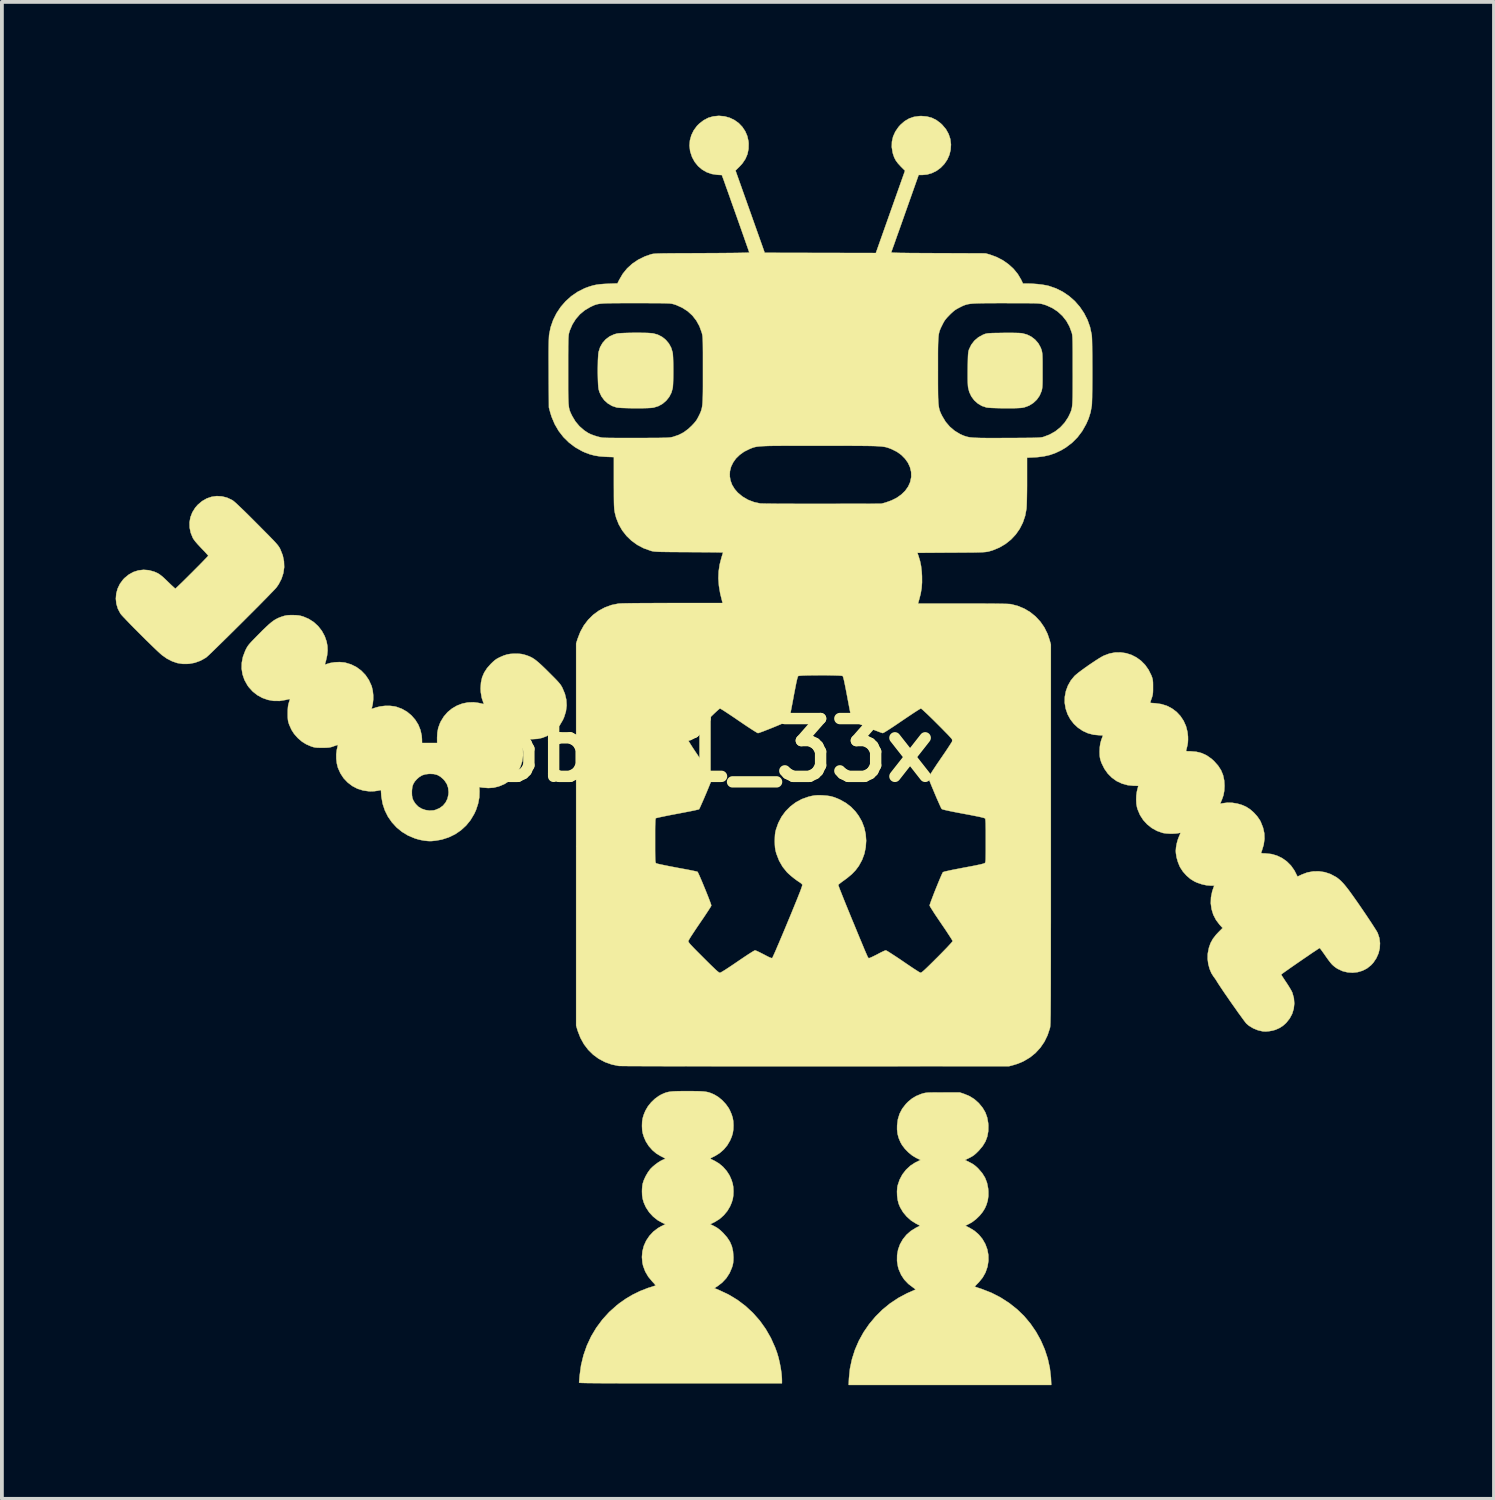
<source format=kicad_pcb>
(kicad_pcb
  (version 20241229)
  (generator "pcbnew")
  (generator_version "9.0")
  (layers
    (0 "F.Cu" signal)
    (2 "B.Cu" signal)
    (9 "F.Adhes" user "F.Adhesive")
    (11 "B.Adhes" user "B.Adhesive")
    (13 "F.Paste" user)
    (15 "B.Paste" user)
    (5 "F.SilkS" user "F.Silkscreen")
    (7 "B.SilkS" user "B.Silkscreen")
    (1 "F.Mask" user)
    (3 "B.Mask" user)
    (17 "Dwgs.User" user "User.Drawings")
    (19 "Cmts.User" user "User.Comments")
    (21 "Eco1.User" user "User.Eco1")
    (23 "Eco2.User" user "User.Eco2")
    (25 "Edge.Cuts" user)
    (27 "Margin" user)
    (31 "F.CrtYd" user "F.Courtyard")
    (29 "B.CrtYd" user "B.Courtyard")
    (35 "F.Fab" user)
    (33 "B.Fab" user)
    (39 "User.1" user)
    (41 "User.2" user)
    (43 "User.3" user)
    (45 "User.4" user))
  (footprint "robot1_33x33"
    (layer "F.Cu")
    (at 16.665 16.732)
    (property "Reference" "robot1_33x33" (at 0 0 0) (layer "F.SilkS") (effects (font (size 1.524 1.524) (thickness 0.3))))
    (attr through_hole)
    (fp_poly (pts (xy -2.821 -11.006) (xy -2.718 -11.005) (xy -2.627 -11.002) (xy -2.553 -10.997) (xy -2.5 -10.992) (xy -2.498 -10.992) (xy -2.373 -10.958) (xy -2.259 -10.9) (xy -2.16 -10.821) (xy -2.078 -10.724) (xy -2.017 -10.612) (xy -1.98 -10.488) (xy -1.976 -10.47) (xy -1.972 -10.424) (xy -1.968 -10.355) (xy -1.965 -10.269) (xy -1.963 -10.169) (xy -1.962 -10.062) (xy -1.962 -9.953) (xy -1.963 -9.846) (xy -1.965 -9.747) (xy -1.968 -9.662) (xy -1.972 -9.595) (xy -1.977 -9.553) (xy -2.01 -9.431) (xy -2.068 -9.318) (xy -2.146 -9.22) (xy -2.242 -9.137) (xy -2.352 -9.075) (xy -2.473 -9.037) (xy -2.498 -9.032) (xy -2.546 -9.027) (xy -2.617 -9.023) (xy -2.705 -9.02) (xy -2.806 -9.018) (xy -2.914 -9.018) (xy -3.024 -9.018) (xy -3.132 -9.02) (xy -3.233 -9.023) (xy -3.322 -9.026) (xy -3.393 -9.031) (xy -3.443 -9.036) (xy -3.454 -9.038) (xy -3.576 -9.079) (xy -3.685 -9.143) (xy -3.779 -9.227) (xy -3.855 -9.329) (xy -3.909 -9.446) (xy -3.93 -9.521) (xy -3.937 -9.571) (xy -3.943 -9.644) (xy -3.947 -9.735) (xy -3.95 -9.839) (xy -3.952 -9.95) (xy -3.952 -10.065) (xy -3.95 -10.177) (xy -3.948 -10.282) (xy -3.943 -10.374) (xy -3.938 -10.448) (xy -3.931 -10.5) (xy -3.93 -10.503) (xy -3.89 -10.628) (xy -3.826 -10.74) (xy -3.742 -10.835) (xy -3.64 -10.911) (xy -3.522 -10.965) (xy -3.447 -10.986) (xy -3.402 -10.992) (xy -3.334 -10.997) (xy -3.248 -11.001) (xy -3.149 -11.004) (xy -3.041 -11.006) (xy -2.93 -11.007) (xy -2.821 -11.006)) (stroke (width 0.01) (type solid)) (fill yes) (layer "F.SilkS"))
    (fp_poly (pts (xy 6.967 -11.005) (xy 7.066 -11.003) (xy 7.148 -11.001) (xy 7.207 -10.997) (xy 7.232 -10.995) (xy 7.361 -10.961) (xy 7.478 -10.904) (xy 7.579 -10.826) (xy 7.663 -10.73) (xy 7.725 -10.618) (xy 7.747 -10.558) (xy 7.755 -10.53) (xy 7.761 -10.502) (xy 7.766 -10.469) (xy 7.77 -10.429) (xy 7.772 -10.376) (xy 7.774 -10.309) (xy 7.775 -10.223) (xy 7.775 -10.116) (xy 7.775 -10.012) (xy 7.775 -9.884) (xy 7.775 -9.781) (xy 7.774 -9.7) (xy 7.772 -9.636) (xy 7.769 -9.586) (xy 7.765 -9.547) (xy 7.76 -9.516) (xy 7.754 -9.488) (xy 7.747 -9.466) (xy 7.697 -9.348) (xy 7.623 -9.243) (xy 7.53 -9.156) (xy 7.422 -9.088) (xy 7.301 -9.043) (xy 7.244 -9.031) (xy 7.198 -9.026) (xy 7.129 -9.022) (xy 7.042 -9.019) (xy 6.943 -9.018) (xy 6.836 -9.018) (xy 6.727 -9.018) (xy 6.62 -9.02) (xy 6.519 -9.023) (xy 6.431 -9.026) (xy 6.359 -9.031) (xy 6.309 -9.036) (xy 6.297 -9.038) (xy 6.177 -9.078) (xy 6.069 -9.142) (xy 5.975 -9.226) (xy 5.899 -9.328) (xy 5.844 -9.444) (xy 5.813 -9.565) (xy 5.808 -9.619) (xy 5.804 -9.7) (xy 5.802 -9.805) (xy 5.802 -9.934) (xy 5.803 -10.08) (xy 5.805 -10.2) (xy 5.807 -10.296) (xy 5.809 -10.372) (xy 5.812 -10.429) (xy 5.816 -10.474) (xy 5.821 -10.508) (xy 5.827 -10.536) (xy 5.835 -10.562) (xy 5.839 -10.573) (xy 5.898 -10.694) (xy 5.98 -10.8) (xy 6.082 -10.887) (xy 6.203 -10.954) (xy 6.23 -10.965) (xy 6.256 -10.975) (xy 6.281 -10.982) (xy 6.309 -10.988) (xy 6.344 -10.993) (xy 6.39 -10.996) (xy 6.45 -10.999) (xy 6.527 -11.001) (xy 6.626 -11.002) (xy 6.726 -11.004) (xy 6.852 -11.005) (xy 6.967 -11.005)) (stroke (width 0.01) (type solid)) (fill yes) (layer "F.SilkS"))
    (fp_poly (pts (xy -13.863 -6.693) (xy -13.728 -6.659) (xy -13.596 -6.597) (xy -13.584 -6.59) (xy -13.552 -6.566) (xy -13.502 -6.523) (xy -13.433 -6.459) (xy -13.345 -6.375) (xy -13.237 -6.271) (xy -13.111 -6.146) (xy -12.966 -6.001) (xy -12.942 -5.977) (xy -12.822 -5.856) (xy -12.72 -5.753) (xy -12.634 -5.667) (xy -12.564 -5.594) (xy -12.506 -5.535) (xy -12.46 -5.486) (xy -12.424 -5.445) (xy -12.396 -5.412) (xy -12.374 -5.383) (xy -12.357 -5.358) (xy -12.342 -5.334) (xy -12.329 -5.309) (xy -12.321 -5.292) (xy -12.26 -5.138) (xy -12.228 -4.982) (xy -12.222 -4.825) (xy -12.244 -4.67) (xy -12.293 -4.519) (xy -12.368 -4.375) (xy -12.422 -4.297) (xy -12.443 -4.272) (xy -12.483 -4.229) (xy -12.539 -4.171) (xy -12.609 -4.099) (xy -12.691 -4.014) (xy -12.785 -3.919) (xy -12.887 -3.815) (xy -12.997 -3.705) (xy -13.112 -3.59) (xy -13.231 -3.471) (xy -13.352 -3.35) (xy -13.472 -3.231) (xy -13.591 -3.113) (xy -13.706 -2.999) (xy -13.816 -2.891) (xy -13.919 -2.79) (xy -14.013 -2.698) (xy -14.095 -2.618) (xy -14.166 -2.55) (xy -14.222 -2.497) (xy -14.262 -2.461) (xy -14.284 -2.443) (xy -14.284 -2.442) (xy -14.428 -2.361) (xy -14.58 -2.306) (xy -14.736 -2.278) (xy -14.893 -2.276) (xy -15.04 -2.299) (xy -15.177 -2.346) (xy -15.312 -2.415) (xy -15.439 -2.505) (xy -15.444 -2.508) (xy -15.486 -2.545) (xy -15.543 -2.597) (xy -15.612 -2.662) (xy -15.692 -2.739) (xy -15.779 -2.824) (xy -15.872 -2.914) (xy -15.967 -3.009) (xy -16.062 -3.104) (xy -16.156 -3.198) (xy -16.245 -3.288) (xy -16.326 -3.372) (xy -16.398 -3.447) (xy -16.459 -3.511) (xy -16.505 -3.561) (xy -16.534 -3.595) (xy -16.54 -3.604) (xy -16.606 -3.729) (xy -16.646 -3.861) (xy -16.66 -3.995) (xy -16.649 -4.13) (xy -16.613 -4.261) (xy -16.553 -4.386) (xy -16.468 -4.501) (xy -16.434 -4.537) (xy -16.32 -4.631) (xy -16.197 -4.699) (xy -16.066 -4.741) (xy -15.929 -4.757) (xy -15.79 -4.746) (xy -15.65 -4.708) (xy -15.561 -4.669) (xy -15.516 -4.642) (xy -15.465 -4.604) (xy -15.403 -4.552) (xy -15.329 -4.482) (xy -15.289 -4.443) (xy -15.229 -4.385) (xy -15.176 -4.335) (xy -15.133 -4.296) (xy -15.104 -4.27) (xy -15.091 -4.262) (xy -15.078 -4.271) (xy -15.048 -4.299) (xy -15.004 -4.341) (xy -14.947 -4.396) (xy -14.88 -4.461) (xy -14.806 -4.534) (xy -14.728 -4.612) (xy -14.647 -4.692) (xy -14.567 -4.773) (xy -14.489 -4.851) (xy -14.417 -4.924) (xy -14.353 -4.99) (xy -14.299 -5.046) (xy -14.258 -5.089) (xy -14.232 -5.117) (xy -14.224 -5.128) (xy -14.233 -5.142) (xy -14.26 -5.172) (xy -14.299 -5.216) (xy -14.349 -5.269) (xy -14.404 -5.326) (xy -14.496 -5.424) (xy -14.566 -5.505) (xy -14.614 -5.57) (xy -14.629 -5.595) (xy -14.685 -5.731) (xy -14.714 -5.869) (xy -14.717 -6.007) (xy -14.693 -6.143) (xy -14.643 -6.272) (xy -14.568 -6.393) (xy -14.499 -6.472) (xy -14.387 -6.567) (xy -14.264 -6.638) (xy -14.134 -6.682) (xy -14 -6.701) (xy -13.863 -6.693)) (stroke (width 0.01) (type solid)) (fill yes) (layer "F.SilkS"))
    (fp_poly (pts (xy 5.151 9.024) (xy 5.595 9.025) (xy 5.708 9.063) (xy 5.85 9.122) (xy 5.974 9.199) (xy 6.085 9.297) (xy 6.095 9.307) (xy 6.194 9.427) (xy 6.267 9.551) (xy 6.315 9.684) (xy 6.341 9.831) (xy 6.346 9.892) (xy 6.343 10.047) (xy 6.318 10.187) (xy 6.27 10.316) (xy 6.196 10.438) (xy 6.096 10.557) (xy 6.082 10.571) (xy 6.02 10.632) (xy 5.967 10.677) (xy 5.915 10.712) (xy 5.856 10.744) (xy 5.846 10.749) (xy 5.73 10.805) (xy 5.852 10.866) (xy 5.927 10.906) (xy 5.99 10.95) (xy 6.054 11.006) (xy 6.082 11.034) (xy 6.184 11.152) (xy 6.26 11.275) (xy 6.311 11.408) (xy 6.34 11.554) (xy 6.346 11.628) (xy 6.346 11.756) (xy 6.33 11.87) (xy 6.298 11.98) (xy 6.255 12.079) (xy 6.196 12.175) (xy 6.118 12.271) (xy 6.027 12.36) (xy 5.929 12.436) (xy 5.853 12.481) (xy 5.804 12.506) (xy 5.766 12.525) (xy 5.745 12.536) (xy 5.743 12.538) (xy 5.755 12.545) (xy 5.786 12.561) (xy 5.83 12.584) (xy 5.846 12.591) (xy 5.98 12.673) (xy 6.095 12.773) (xy 6.191 12.89) (xy 6.266 13.021) (xy 6.318 13.162) (xy 6.346 13.31) (xy 6.348 13.462) (xy 6.324 13.616) (xy 6.322 13.623) (xy 6.271 13.771) (xy 6.196 13.905) (xy 6.096 14.028) (xy 6.085 14.039) (xy 6.043 14.082) (xy 6.01 14.117) (xy 5.991 14.14) (xy 5.986 14.146) (xy 6 14.15) (xy 6.036 14.162) (xy 6.089 14.18) (xy 6.153 14.201) (xy 6.174 14.208) (xy 6.425 14.306) (xy 6.667 14.43) (xy 6.897 14.578) (xy 7.107 14.745) (xy 7.291 14.923) (xy 7.456 15.12) (xy 7.603 15.334) (xy 7.729 15.561) (xy 7.832 15.798) (xy 7.912 16.042) (xy 7.967 16.291) (xy 7.996 16.54) (xy 7.997 16.563) (xy 8.005 16.736) (xy 2.663 16.736) (xy 2.671 16.563) (xy 2.697 16.307) (xy 2.751 16.055) (xy 2.829 15.81) (xy 2.931 15.574) (xy 3.056 15.348) (xy 3.203 15.134) (xy 3.369 14.935) (xy 3.553 14.752) (xy 3.755 14.587) (xy 3.972 14.443) (xy 4.203 14.32) (xy 4.279 14.287) (xy 4.336 14.262) (xy 4.383 14.241) (xy 4.415 14.226) (xy 4.425 14.221) (xy 4.418 14.21) (xy 4.393 14.19) (xy 4.371 14.174) (xy 4.238 14.073) (xy 4.13 13.96) (xy 4.047 13.834) (xy 3.985 13.692) (xy 3.964 13.621) (xy 3.939 13.467) (xy 3.941 13.315) (xy 3.967 13.167) (xy 4.018 13.026) (xy 4.092 12.896) (xy 4.187 12.778) (xy 4.302 12.677) (xy 4.435 12.594) (xy 4.441 12.591) (xy 4.489 12.567) (xy 4.525 12.549) (xy 4.543 12.539) (xy 4.544 12.538) (xy 4.532 12.531) (xy 4.501 12.514) (xy 4.456 12.491) (xy 4.437 12.481) (xy 4.311 12.402) (xy 4.197 12.301) (xy 4.098 12.183) (xy 4.021 12.053) (xy 3.983 11.963) (xy 3.957 11.864) (xy 3.942 11.75) (xy 3.938 11.634) (xy 3.946 11.526) (xy 3.957 11.472) (xy 4.007 11.323) (xy 4.081 11.185) (xy 4.176 11.063) (xy 4.288 10.958) (xy 4.415 10.875) (xy 4.434 10.866) (xy 4.557 10.805) (xy 4.441 10.748) (xy 4.338 10.686) (xy 4.238 10.604) (xy 4.147 10.511) (xy 4.071 10.411) (xy 4.032 10.343) (xy 3.983 10.228) (xy 3.953 10.117) (xy 3.94 10) (xy 3.941 9.892) (xy 3.961 9.733) (xy 4.006 9.586) (xy 4.077 9.451) (xy 4.174 9.327) (xy 4.233 9.267) (xy 4.337 9.182) (xy 4.447 9.117) (xy 4.572 9.066) (xy 4.6 9.057) (xy 4.631 9.048) (xy 4.66 9.041) (xy 4.69 9.035) (xy 4.726 9.031) (xy 4.771 9.028) (xy 4.828 9.026) (xy 4.902 9.025) (xy 4.995 9.024) (xy 5.112 9.024) (xy 5.151 9.024)) (stroke (width 0.01) (type solid)) (fill yes) (layer "F.SilkS"))
    (fp_poly (pts (xy -1.443 8.99) (xy -1.33 8.991) (xy -1.238 8.994) (xy -1.162 8.999) (xy -1.098 9.007) (xy -1.044 9.018) (xy -0.994 9.033) (xy -0.945 9.052) (xy -0.894 9.075) (xy -0.875 9.084) (xy -0.77 9.148) (xy -0.668 9.233) (xy -0.576 9.332) (xy -0.5 9.438) (xy -0.469 9.497) (xy -0.425 9.599) (xy -0.396 9.69) (xy -0.38 9.78) (xy -0.375 9.882) (xy -0.375 9.899) (xy -0.379 10.004) (xy -0.393 10.096) (xy -0.42 10.187) (xy -0.462 10.287) (xy -0.469 10.3) (xy -0.539 10.419) (xy -0.631 10.529) (xy -0.739 10.623) (xy -0.856 10.697) (xy -0.871 10.704) (xy -0.921 10.729) (xy -0.961 10.75) (xy -0.983 10.764) (xy -0.987 10.767) (xy -0.975 10.776) (xy -0.943 10.793) (xy -0.897 10.816) (xy -0.872 10.828) (xy -0.756 10.897) (xy -0.649 10.987) (xy -0.555 11.094) (xy -0.48 11.21) (xy -0.469 11.233) (xy -0.425 11.335) (xy -0.396 11.427) (xy -0.38 11.518) (xy -0.375 11.621) (xy -0.375 11.635) (xy -0.379 11.739) (xy -0.393 11.832) (xy -0.42 11.922) (xy -0.462 12.022) (xy -0.469 12.036) (xy -0.539 12.153) (xy -0.631 12.263) (xy -0.738 12.358) (xy -0.856 12.433) (xy -0.871 12.441) (xy -0.987 12.498) (xy -0.878 12.553) (xy -0.813 12.589) (xy -0.752 12.633) (xy -0.687 12.69) (xy -0.648 12.728) (xy -0.546 12.843) (xy -0.469 12.959) (xy -0.417 13.082) (xy -0.387 13.215) (xy -0.376 13.364) (xy -0.376 13.377) (xy -0.378 13.458) (xy -0.384 13.521) (xy -0.396 13.58) (xy -0.414 13.639) (xy -0.477 13.787) (xy -0.563 13.92) (xy -0.671 14.036) (xy -0.779 14.12) (xy -0.877 14.185) (xy -0.752 14.237) (xy -0.504 14.354) (xy -0.272 14.494) (xy -0.057 14.656) (xy 0.139 14.838) (xy 0.317 15.039) (xy 0.474 15.259) (xy 0.61 15.495) (xy 0.723 15.747) (xy 0.775 15.889) (xy 0.812 16.014) (xy 0.844 16.151) (xy 0.871 16.292) (xy 0.891 16.428) (xy 0.901 16.551) (xy 0.903 16.612) (xy 0.903 16.693) (xy -1.771 16.693) (xy -2.105 16.693) (xy -2.412 16.693) (xy -2.692 16.693) (xy -2.948 16.693) (xy -3.179 16.693) (xy -3.387 16.692) (xy -3.573 16.691) (xy -3.738 16.691) (xy -3.883 16.69) (xy -4.008 16.689) (xy -4.115 16.688) (xy -4.206 16.687) (xy -4.28 16.686) (xy -4.339 16.684) (xy -4.384 16.683) (xy -4.416 16.681) (xy -4.435 16.679) (xy -4.444 16.677) (xy -4.445 16.676) (xy -4.444 16.655) (xy -4.44 16.613) (xy -4.436 16.555) (xy -4.43 16.489) (xy -4.393 16.217) (xy -4.329 15.953) (xy -4.24 15.699) (xy -4.127 15.456) (xy -3.99 15.227) (xy -3.83 15.012) (xy -3.649 14.813) (xy -3.447 14.633) (xy -3.383 14.583) (xy -3.207 14.46) (xy -3.027 14.354) (xy -2.837 14.262) (xy -2.631 14.181) (xy -2.431 14.117) (xy -2.433 14.106) (xy -2.452 14.079) (xy -2.485 14.042) (xy -2.518 14.006) (xy -2.621 13.883) (xy -2.701 13.746) (xy -2.756 13.599) (xy -2.774 13.518) (xy -2.788 13.365) (xy -2.775 13.214) (xy -2.737 13.068) (xy -2.675 12.931) (xy -2.591 12.806) (xy -2.487 12.694) (xy -2.363 12.6) (xy -2.275 12.55) (xy -2.169 12.498) (xy -2.243 12.465) (xy -2.373 12.393) (xy -2.492 12.298) (xy -2.596 12.186) (xy -2.678 12.061) (xy -2.694 12.031) (xy -2.739 11.928) (xy -2.767 11.834) (xy -2.782 11.737) (xy -2.786 11.635) (xy -2.784 11.566) (xy -2.778 11.497) (xy -2.77 11.44) (xy -2.768 11.43) (xy -2.737 11.335) (xy -2.69 11.233) (xy -2.633 11.135) (xy -2.572 11.051) (xy -2.56 11.037) (xy -2.504 10.982) (xy -2.437 10.926) (xy -2.365 10.873) (xy -2.296 10.83) (xy -2.236 10.8) (xy -2.223 10.795) (xy -2.191 10.782) (xy -2.174 10.771) (xy -2.173 10.769) (xy -2.186 10.759) (xy -2.218 10.741) (xy -2.264 10.717) (xy -2.289 10.705) (xy -2.404 10.637) (xy -2.512 10.546) (xy -2.606 10.44) (xy -2.68 10.324) (xy -2.692 10.3) (xy -2.736 10.198) (xy -2.765 10.107) (xy -2.781 10.016) (xy -2.786 9.913) (xy -2.786 9.899) (xy -2.782 9.795) (xy -2.768 9.703) (xy -2.741 9.613) (xy -2.7 9.514) (xy -2.692 9.497) (xy -2.629 9.39) (xy -2.546 9.287) (xy -2.448 9.193) (xy -2.344 9.117) (xy -2.286 9.084) (xy -2.232 9.059) (xy -2.183 9.038) (xy -2.134 9.022) (xy -2.082 9.01) (xy -2.022 9.001) (xy -1.95 8.995) (xy -1.864 8.992) (xy -1.758 8.99) (xy -1.629 8.989) (xy -1.58 8.989) (xy -1.443 8.99)) (stroke (width 0.01) (type solid)) (fill yes) (layer "F.SilkS"))
    (fp_poly (pts (xy -11.914 -3.56) (xy -11.852 -3.555) (xy -11.799 -3.546) (xy -11.743 -3.531) (xy -11.716 -3.523) (xy -11.572 -3.461) (xy -11.44 -3.376) (xy -11.325 -3.27) (xy -11.229 -3.147) (xy -11.154 -3.01) (xy -11.105 -2.87) (xy -11.082 -2.749) (xy -11.077 -2.627) (xy -11.09 -2.499) (xy -11.121 -2.359) (xy -11.144 -2.28) (xy -11.146 -2.261) (xy -11.13 -2.262) (xy -11.125 -2.264) (xy -11.013 -2.299) (xy -10.887 -2.319) (xy -10.758 -2.324) (xy -10.636 -2.313) (xy -10.612 -2.309) (xy -10.457 -2.262) (xy -10.315 -2.191) (xy -10.189 -2.098) (xy -10.079 -1.984) (xy -9.99 -1.853) (xy -9.922 -1.705) (xy -9.911 -1.672) (xy -9.887 -1.569) (xy -9.874 -1.453) (xy -9.874 -1.335) (xy -9.886 -1.226) (xy -9.896 -1.179) (xy -9.907 -1.134) (xy -9.914 -1.103) (xy -9.915 -1.091) (xy -9.901 -1.094) (xy -9.867 -1.104) (xy -9.82 -1.12) (xy -9.806 -1.125) (xy -9.692 -1.154) (xy -9.565 -1.169) (xy -9.434 -1.17) (xy -9.31 -1.155) (xy -9.263 -1.144) (xy -9.116 -1.09) (xy -8.983 -1.014) (xy -8.866 -0.917) (xy -8.766 -0.803) (xy -8.686 -0.675) (xy -8.629 -0.534) (xy -8.596 -0.385) (xy -8.589 -0.292) (xy -8.587 -0.191) (xy -8.188 -0.191) (xy -8.189 -0.332) (xy -8.182 -0.464) (xy -8.16 -0.583) (xy -8.119 -0.698) (xy -8.093 -0.755) (xy -8.013 -0.887) (xy -7.913 -1.003) (xy -7.796 -1.099) (xy -7.666 -1.175) (xy -7.525 -1.229) (xy -7.378 -1.259) (xy -7.227 -1.264) (xy -7.119 -1.251) (xy -7.062 -1.24) (xy -7.014 -1.229) (xy -6.983 -1.221) (xy -6.979 -1.22) (xy -6.96 -1.215) (xy -6.961 -1.229) (xy -6.963 -1.236) (xy -7.011 -1.378) (xy -7.037 -1.53) (xy -7.042 -1.63) (xy -7.032 -1.783) (xy -7.002 -1.92) (xy -6.948 -2.046) (xy -6.871 -2.165) (xy -6.775 -2.273) (xy -6.714 -2.332) (xy -6.663 -2.376) (xy -6.614 -2.41) (xy -6.558 -2.44) (xy -6.533 -2.452) (xy -6.435 -2.495) (xy -6.347 -2.523) (xy -6.26 -2.539) (xy -6.161 -2.545) (xy -6.11 -2.545) (xy -6.028 -2.543) (xy -5.962 -2.536) (xy -5.901 -2.522) (xy -5.849 -2.507) (xy -5.788 -2.486) (xy -5.733 -2.463) (xy -5.68 -2.436) (xy -5.628 -2.403) (xy -5.572 -2.361) (xy -5.509 -2.308) (xy -5.436 -2.242) (xy -5.35 -2.16) (xy -5.249 -2.06) (xy -5.161 -1.972) (xy -5.09 -1.901) (xy -5.035 -1.844) (xy -4.992 -1.797) (xy -4.959 -1.758) (xy -4.933 -1.725) (xy -4.913 -1.693) (xy -4.894 -1.66) (xy -4.886 -1.644) (xy -4.82 -1.488) (xy -4.783 -1.332) (xy -4.774 -1.178) (xy -4.793 -1.024) (xy -4.841 -0.871) (xy -4.874 -0.797) (xy -4.952 -0.665) (xy -5.046 -0.553) (xy -5.159 -0.458) (xy -5.187 -0.439) (xy -5.302 -0.371) (xy -5.418 -0.326) (xy -5.542 -0.3) (xy -5.683 -0.291) (xy -5.687 -0.291) (xy -5.802 -0.294) (xy -5.892 -0.304) (xy -5.931 -0.313) (xy -5.976 -0.326) (xy -6 -0.33) (xy -6.007 -0.325) (xy -6.004 -0.313) (xy -5.956 -0.165) (xy -5.928 -0.029) (xy -5.927 -0.018) (xy -5.923 0.14) (xy -5.945 0.292) (xy -5.993 0.438) (xy -6.063 0.572) (xy -6.155 0.693) (xy -6.268 0.798) (xy -6.399 0.883) (xy -6.423 0.896) (xy -6.561 0.953) (xy -6.697 0.987) (xy -6.838 0.997) (xy -6.99 0.985) (xy -7.028 0.979) (xy -7.077 0.971) (xy -7.072 1.08) (xy -7.077 1.243) (xy -7.109 1.411) (xy -7.165 1.58) (xy -7.211 1.679) (xy -7.308 1.842) (xy -7.426 1.987) (xy -7.563 2.112) (xy -7.716 2.216) (xy -7.884 2.297) (xy -8.063 2.355) (xy -8.22 2.383) (xy -8.291 2.391) (xy -8.346 2.396) (xy -8.397 2.396) (xy -8.452 2.392) (xy -8.523 2.384) (xy -8.537 2.382) (xy -8.599 2.371) (xy -8.675 2.354) (xy -8.751 2.332) (xy -8.781 2.322) (xy -8.955 2.249) (xy -9.114 2.153) (xy -9.256 2.037) (xy -9.38 1.902) (xy -9.484 1.753) (xy -9.566 1.589) (xy -9.624 1.415) (xy -9.657 1.231) (xy -9.662 1.178) (xy -9.666 1.108) (xy -8.855 1.108) (xy -8.852 1.193) (xy -8.841 1.26) (xy -8.819 1.319) (xy -8.783 1.379) (xy -8.753 1.42) (xy -8.684 1.49) (xy -8.596 1.543) (xy -8.496 1.577) (xy -8.39 1.592) (xy -8.283 1.586) (xy -8.233 1.574) (xy -8.125 1.528) (xy -8.034 1.462) (xy -7.964 1.377) (xy -7.915 1.277) (xy -7.89 1.164) (xy -7.886 1.103) (xy -7.898 0.99) (xy -7.932 0.891) (xy -7.991 0.802) (xy -8.028 0.761) (xy -8.105 0.695) (xy -8.185 0.651) (xy -8.274 0.628) (xy -8.379 0.623) (xy -8.396 0.623) (xy -8.5 0.635) (xy -8.586 0.662) (xy -8.663 0.71) (xy -8.721 0.761) (xy -8.78 0.827) (xy -8.819 0.893) (xy -8.843 0.965) (xy -8.853 1.052) (xy -8.855 1.108) (xy -9.666 1.108) (xy -9.67 1.05) (xy -9.763 1.069) (xy -9.85 1.081) (xy -9.951 1.084) (xy -9.984 1.083) (xy -10.141 1.061) (xy -10.29 1.014) (xy -10.426 0.943) (xy -10.548 0.85) (xy -10.654 0.738) (xy -10.74 0.607) (xy -10.804 0.463) (xy -10.832 0.352) (xy -10.847 0.229) (xy -10.848 0.105) (xy -10.834 -0.009) (xy -10.827 -0.039) (xy -10.815 -0.088) (xy -10.808 -0.124) (xy -10.807 -0.141) (xy -10.808 -0.141) (xy -10.824 -0.137) (xy -10.86 -0.125) (xy -10.909 -0.108) (xy -10.922 -0.103) (xy -10.969 -0.087) (xy -11.01 -0.077) (xy -11.054 -0.07) (xy -11.107 -0.067) (xy -11.178 -0.065) (xy -11.218 -0.065) (xy -11.3 -0.066) (xy -11.36 -0.068) (xy -11.407 -0.073) (xy -11.449 -0.082) (xy -11.492 -0.095) (xy -11.512 -0.102) (xy -11.64 -0.157) (xy -11.751 -0.226) (xy -11.855 -0.315) (xy -11.866 -0.326) (xy -11.957 -0.428) (xy -12.027 -0.536) (xy -12.083 -0.66) (xy -12.091 -0.68) (xy -12.106 -0.725) (xy -12.117 -0.766) (xy -12.123 -0.808) (xy -12.127 -0.86) (xy -12.128 -0.929) (xy -12.128 -0.974) (xy -12.127 -1.059) (xy -12.123 -1.124) (xy -12.117 -1.175) (xy -12.107 -1.22) (xy -12.097 -1.255) (xy -12.082 -1.301) (xy -12.072 -1.336) (xy -12.07 -1.35) (xy -12.07 -1.351) (xy -12.085 -1.349) (xy -12.12 -1.342) (xy -12.169 -1.33) (xy -12.185 -1.326) (xy -12.341 -1.3) (xy -12.498 -1.301) (xy -12.65 -1.328) (xy -12.795 -1.379) (xy -12.93 -1.453) (xy -13.053 -1.55) (xy -13.158 -1.667) (xy -13.19 -1.712) (xy -13.268 -1.852) (xy -13.319 -2) (xy -13.343 -2.152) (xy -13.339 -2.307) (xy -13.309 -2.463) (xy -13.25 -2.618) (xy -13.241 -2.638) (xy -13.221 -2.678) (xy -13.202 -2.713) (xy -13.181 -2.746) (xy -13.156 -2.78) (xy -13.123 -2.819) (xy -13.081 -2.865) (xy -13.026 -2.922) (xy -12.956 -2.994) (xy -12.892 -3.059) (xy -12.787 -3.165) (xy -12.697 -3.251) (xy -12.62 -3.322) (xy -12.553 -3.378) (xy -12.492 -3.423) (xy -12.433 -3.458) (xy -12.375 -3.487) (xy -12.314 -3.511) (xy -12.283 -3.522) (xy -12.222 -3.541) (xy -12.171 -3.553) (xy -12.12 -3.559) (xy -12.059 -3.562) (xy -11.994 -3.562) (xy -11.914 -3.56)) (stroke (width 0.01) (type solid)) (fill yes) (layer "F.SilkS"))
    (fp_poly (pts (xy 9.98 -2.558) (xy 10.12 -2.513) (xy 10.251 -2.446) (xy 10.372 -2.358) (xy 10.479 -2.25) (xy 10.569 -2.123) (xy 10.641 -1.979) (xy 10.648 -1.961) (xy 10.665 -1.915) (xy 10.676 -1.876) (xy 10.683 -1.835) (xy 10.687 -1.786) (xy 10.688 -1.72) (xy 10.688 -1.665) (xy 10.688 -1.584) (xy 10.686 -1.524) (xy 10.681 -1.477) (xy 10.672 -1.435) (xy 10.659 -1.39) (xy 10.65 -1.365) (xy 10.632 -1.314) (xy 10.619 -1.274) (xy 10.612 -1.253) (xy 10.612 -1.251) (xy 10.625 -1.248) (xy 10.66 -1.244) (xy 10.711 -1.241) (xy 10.75 -1.238) (xy 10.908 -1.216) (xy 11.055 -1.17) (xy 11.189 -1.1) (xy 11.309 -1.01) (xy 11.411 -0.901) (xy 11.494 -0.776) (xy 11.557 -0.636) (xy 11.596 -0.484) (xy 11.61 -0.36) (xy 11.611 -0.278) (xy 11.607 -0.204) (xy 11.595 -0.13) (xy 11.574 -0.043) (xy 11.563 -0.004) (xy 11.56 0.012) (xy 11.564 0.021) (xy 11.582 0.026) (xy 11.618 0.028) (xy 11.672 0.028) (xy 11.829 0.041) (xy 11.973 0.077) (xy 12.106 0.139) (xy 12.231 0.227) (xy 12.299 0.289) (xy 12.404 0.407) (xy 12.482 0.528) (xy 12.535 0.657) (xy 12.565 0.798) (xy 12.573 0.939) (xy 12.566 1.071) (xy 12.545 1.187) (xy 12.506 1.299) (xy 12.495 1.325) (xy 12.477 1.366) (xy 12.466 1.396) (xy 12.465 1.407) (xy 12.481 1.407) (xy 12.514 1.402) (xy 12.532 1.398) (xy 12.651 1.383) (xy 12.781 1.387) (xy 12.916 1.409) (xy 13.047 1.449) (xy 13.142 1.491) (xy 13.245 1.557) (xy 13.345 1.644) (xy 13.435 1.743) (xy 13.508 1.849) (xy 13.53 1.892) (xy 13.589 2.042) (xy 13.622 2.19) (xy 13.627 2.339) (xy 13.606 2.492) (xy 13.558 2.651) (xy 13.54 2.697) (xy 13.539 2.708) (xy 13.55 2.715) (xy 13.577 2.719) (xy 13.626 2.721) (xy 13.648 2.721) (xy 13.805 2.737) (xy 13.954 2.779) (xy 14.092 2.845) (xy 14.217 2.934) (xy 14.326 3.043) (xy 14.416 3.171) (xy 14.453 3.242) (xy 14.474 3.286) (xy 14.491 3.317) (xy 14.499 3.33) (xy 14.499 3.33) (xy 14.513 3.325) (xy 14.546 3.31) (xy 14.592 3.288) (xy 14.606 3.281) (xy 14.754 3.225) (xy 14.908 3.196) (xy 15.064 3.193) (xy 15.218 3.216) (xy 15.366 3.265) (xy 15.506 3.34) (xy 15.51 3.342) (xy 15.555 3.373) (xy 15.598 3.407) (xy 15.642 3.446) (xy 15.687 3.493) (xy 15.737 3.548) (xy 15.791 3.615) (xy 15.853 3.695) (xy 15.922 3.79) (xy 16.002 3.902) (xy 16.094 4.033) (xy 16.199 4.186) (xy 16.232 4.234) (xy 16.306 4.343) (xy 16.376 4.448) (xy 16.441 4.546) (xy 16.498 4.634) (xy 16.546 4.709) (xy 16.583 4.768) (xy 16.606 4.808) (xy 16.612 4.82) (xy 16.656 4.951) (xy 16.673 5.087) (xy 16.666 5.224) (xy 16.633 5.358) (xy 16.576 5.485) (xy 16.497 5.603) (xy 16.437 5.668) (xy 16.332 5.752) (xy 16.213 5.813) (xy 16.086 5.851) (xy 15.953 5.866) (xy 15.819 5.857) (xy 15.688 5.825) (xy 15.564 5.768) (xy 15.516 5.738) (xy 15.474 5.707) (xy 15.438 5.677) (xy 15.403 5.643) (xy 15.366 5.6) (xy 15.323 5.544) (xy 15.271 5.473) (xy 15.226 5.408) (xy 15.181 5.344) (xy 15.141 5.289) (xy 15.11 5.247) (xy 15.09 5.221) (xy 15.084 5.215) (xy 15.07 5.222) (xy 15.036 5.244) (xy 14.985 5.278) (xy 14.919 5.321) (xy 14.842 5.373) (xy 14.757 5.432) (xy 14.665 5.494) (xy 14.571 5.559) (xy 14.478 5.623) (xy 14.387 5.686) (xy 14.302 5.745) (xy 14.226 5.799) (xy 14.162 5.844) (xy 14.112 5.88) (xy 14.08 5.904) (xy 14.069 5.914) (xy 14.069 5.914) (xy 14.076 5.93) (xy 14.097 5.965) (xy 14.129 6.014) (xy 14.169 6.075) (xy 14.201 6.122) (xy 14.248 6.194) (xy 14.292 6.265) (xy 14.329 6.328) (xy 14.355 6.378) (xy 14.363 6.398) (xy 14.402 6.538) (xy 14.413 6.68) (xy 14.398 6.818) (xy 14.357 6.951) (xy 14.291 7.075) (xy 14.201 7.187) (xy 14.194 7.195) (xy 14.111 7.268) (xy 14.023 7.324) (xy 13.92 7.37) (xy 13.908 7.374) (xy 13.838 7.393) (xy 13.755 7.408) (xy 13.672 7.416) (xy 13.6 7.415) (xy 13.582 7.413) (xy 13.454 7.383) (xy 13.331 7.333) (xy 13.221 7.267) (xy 13.152 7.209) (xy 13.132 7.185) (xy 13.098 7.141) (xy 13.053 7.08) (xy 12.998 7.004) (xy 12.935 6.918) (xy 12.868 6.822) (xy 12.797 6.722) (xy 12.725 6.62) (xy 12.655 6.518) (xy 12.587 6.42) (xy 12.525 6.329) (xy 12.471 6.248) (xy 12.426 6.18) (xy 12.392 6.128) (xy 12.375 6.099) (xy 12.35 6.059) (xy 12.316 6.009) (xy 12.29 5.976) (xy 12.228 5.879) (xy 12.18 5.764) (xy 12.146 5.637) (xy 12.129 5.507) (xy 12.131 5.381) (xy 12.135 5.348) (xy 12.163 5.208) (xy 12.206 5.085) (xy 12.268 4.973) (xy 12.352 4.865) (xy 12.41 4.803) (xy 12.524 4.688) (xy 12.442 4.598) (xy 12.349 4.475) (xy 12.278 4.338) (xy 12.233 4.191) (xy 12.212 4.039) (xy 12.217 3.883) (xy 12.248 3.729) (xy 12.261 3.687) (xy 12.302 3.57) (xy 12.207 3.57) (xy 12.096 3.561) (xy 11.975 3.534) (xy 11.854 3.493) (xy 11.783 3.461) (xy 11.674 3.394) (xy 11.571 3.305) (xy 11.479 3.202) (xy 11.406 3.091) (xy 11.391 3.062) (xy 11.345 2.948) (xy 11.31 2.827) (xy 11.292 2.71) (xy 11.289 2.653) (xy 11.296 2.563) (xy 11.314 2.461) (xy 11.342 2.36) (xy 11.375 2.273) (xy 11.395 2.228) (xy 11.408 2.195) (xy 11.412 2.179) (xy 11.412 2.179) (xy 11.397 2.179) (xy 11.365 2.185) (xy 11.352 2.188) (xy 11.292 2.196) (xy 11.215 2.2) (xy 11.129 2.2) (xy 11.045 2.195) (xy 10.973 2.186) (xy 10.943 2.18) (xy 10.794 2.128) (xy 10.657 2.052) (xy 10.535 1.955) (xy 10.43 1.84) (xy 10.345 1.708) (xy 10.284 1.564) (xy 10.266 1.503) (xy 10.25 1.411) (xy 10.245 1.303) (xy 10.249 1.193) (xy 10.263 1.091) (xy 10.273 1.048) (xy 10.286 0.998) (xy 10.296 0.961) (xy 10.301 0.943) (xy 10.301 0.942) (xy 10.288 0.94) (xy 10.253 0.938) (xy 10.203 0.937) (xy 10.178 0.937) (xy 10.019 0.921) (xy 9.869 0.879) (xy 9.73 0.814) (xy 9.605 0.725) (xy 9.496 0.616) (xy 9.405 0.487) (xy 9.333 0.341) (xy 9.317 0.298) (xy 9.3 0.244) (xy 9.289 0.196) (xy 9.283 0.144) (xy 9.281 0.079) (xy 9.28 0.028) (xy 9.285 -0.081) (xy 9.299 -0.177) (xy 9.325 -0.272) (xy 9.362 -0.37) (xy 9.365 -0.383) (xy 9.356 -0.391) (xy 9.329 -0.394) (xy 9.28 -0.395) (xy 9.276 -0.395) (xy 9.12 -0.409) (xy 8.972 -0.448) (xy 8.834 -0.511) (xy 8.71 -0.594) (xy 8.6 -0.697) (xy 8.508 -0.816) (xy 8.436 -0.949) (xy 8.386 -1.095) (xy 8.36 -1.251) (xy 8.36 -1.258) (xy 8.363 -1.41) (xy 8.392 -1.56) (xy 8.445 -1.704) (xy 8.52 -1.837) (xy 8.616 -1.954) (xy 8.619 -1.958) (xy 8.664 -1.997) (xy 8.727 -2.049) (xy 8.806 -2.108) (xy 8.895 -2.173) (xy 8.99 -2.24) (xy 9.086 -2.305) (xy 9.179 -2.367) (xy 9.264 -2.421) (xy 9.337 -2.464) (xy 9.391 -2.493) (xy 9.538 -2.548) (xy 9.687 -2.577) (xy 9.835 -2.579) (xy 9.98 -2.558)) (stroke (width 0.01) (type solid)) (fill yes) (layer "F.SilkS"))
    (fp_poly (pts (xy -0.61 -16.714) (xy -0.474 -16.676) (xy -0.349 -16.616) (xy -0.237 -16.536) (xy -0.142 -16.437) (xy -0.066 -16.323) (xy -0.011 -16.196) (xy 0.02 -16.058) (xy 0.025 -16.006) (xy 0.022 -15.857) (xy -0.006 -15.719) (xy -0.06 -15.591) (xy -0.141 -15.471) (xy -0.212 -15.393) (xy -0.321 -15.285) (xy 0.064 -14.201) (xy 0.449 -13.116) (xy 1.914 -13.113) (xy 3.38 -13.11) (xy 3.764 -14.195) (xy 4.149 -15.281) (xy 4.039 -15.391) (xy 3.963 -15.474) (xy 3.906 -15.551) (xy 3.864 -15.632) (xy 3.832 -15.726) (xy 3.824 -15.756) (xy 3.8 -15.902) (xy 3.804 -16.045) (xy 3.835 -16.182) (xy 3.894 -16.312) (xy 3.978 -16.434) (xy 4.029 -16.491) (xy 4.139 -16.587) (xy 4.256 -16.656) (xy 4.383 -16.7) (xy 4.523 -16.72) (xy 4.579 -16.722) (xy 4.724 -16.71) (xy 4.854 -16.676) (xy 4.975 -16.616) (xy 5.088 -16.531) (xy 5.131 -16.49) (xy 5.228 -16.375) (xy 5.298 -16.249) (xy 5.343 -16.115) (xy 5.36 -15.972) (xy 5.351 -15.831) (xy 5.318 -15.697) (xy 5.262 -15.571) (xy 5.185 -15.458) (xy 5.091 -15.36) (xy 4.982 -15.279) (xy 4.861 -15.219) (xy 4.733 -15.181) (xy 4.608 -15.169) (xy 4.508 -15.169) (xy 4.15 -14.157) (xy 4.093 -13.995) (xy 4.038 -13.84) (xy 3.987 -13.696) (xy 3.939 -13.563) (xy 3.897 -13.443) (xy 3.861 -13.34) (xy 3.83 -13.255) (xy 3.807 -13.19) (xy 3.792 -13.147) (xy 3.785 -13.128) (xy 3.785 -13.127) (xy 3.79 -13.124) (xy 3.808 -13.122) (xy 3.84 -13.119) (xy 3.888 -13.117) (xy 3.953 -13.115) (xy 4.036 -13.113) (xy 4.139 -13.112) (xy 4.264 -13.11) (xy 4.411 -13.109) (xy 4.582 -13.108) (xy 4.778 -13.107) (xy 5.001 -13.106) (xy 5.026 -13.106) (xy 6.272 -13.101) (xy 6.385 -13.069) (xy 6.561 -13.005) (xy 6.726 -12.92) (xy 6.876 -12.815) (xy 7.009 -12.694) (xy 7.121 -12.558) (xy 7.209 -12.41) (xy 7.217 -12.393) (xy 7.259 -12.305) (xy 7.373 -12.305) (xy 7.505 -12.301) (xy 7.639 -12.291) (xy 7.767 -12.276) (xy 7.881 -12.256) (xy 7.942 -12.242) (xy 8.132 -12.176) (xy 8.311 -12.086) (xy 8.476 -11.974) (xy 8.625 -11.843) (xy 8.756 -11.693) (xy 8.868 -11.528) (xy 8.959 -11.35) (xy 9.027 -11.16) (xy 9.069 -10.962) (xy 9.073 -10.933) (xy 9.076 -10.894) (xy 9.079 -10.83) (xy 9.081 -10.744) (xy 9.083 -10.64) (xy 9.084 -10.521) (xy 9.086 -10.39) (xy 9.086 -10.25) (xy 9.087 -10.105) (xy 9.087 -9.958) (xy 9.087 -9.812) (xy 9.086 -9.671) (xy 9.085 -9.537) (xy 9.083 -9.414) (xy 9.082 -9.305) (xy 9.079 -9.214) (xy 9.077 -9.144) (xy 9.074 -9.097) (xy 9.073 -9.088) (xy 9.041 -8.911) (xy 8.989 -8.745) (xy 8.926 -8.601) (xy 8.821 -8.415) (xy 8.697 -8.251) (xy 8.553 -8.107) (xy 8.39 -7.983) (xy 8.264 -7.908) (xy 8.116 -7.838) (xy 7.97 -7.786) (xy 7.817 -7.751) (xy 7.649 -7.729) (xy 7.553 -7.723) (xy 7.366 -7.714) (xy 7.366 -7.109) (xy 7.366 -6.972) (xy 7.365 -6.839) (xy 7.363 -6.715) (xy 7.361 -6.603) (xy 7.358 -6.507) (xy 7.355 -6.431) (xy 7.352 -6.379) (xy 7.351 -6.368) (xy 7.316 -6.18) (xy 7.256 -6.002) (xy 7.173 -5.838) (xy 7.068 -5.688) (xy 6.943 -5.555) (xy 6.799 -5.44) (xy 6.638 -5.345) (xy 6.461 -5.272) (xy 6.376 -5.247) (xy 6.351 -5.24) (xy 6.327 -5.235) (xy 6.301 -5.231) (xy 6.27 -5.227) (xy 6.233 -5.224) (xy 6.187 -5.221) (xy 6.13 -5.219) (xy 6.059 -5.217) (xy 5.973 -5.215) (xy 5.868 -5.214) (xy 5.742 -5.213) (xy 5.594 -5.212) (xy 5.42 -5.211) (xy 5.367 -5.211) (xy 4.475 -5.205) (xy 4.503 -5.125) (xy 4.544 -4.992) (xy 4.572 -4.855) (xy 4.589 -4.705) (xy 4.596 -4.592) (xy 4.597 -4.425) (xy 4.586 -4.273) (xy 4.561 -4.125) (xy 4.523 -3.979) (xy 4.491 -3.866) (xy 5.672 -3.866) (xy 5.911 -3.866) (xy 6.126 -3.866) (xy 6.318 -3.865) (xy 6.485 -3.864) (xy 6.628 -3.862) (xy 6.744 -3.86) (xy 6.834 -3.858) (xy 6.898 -3.855) (xy 6.934 -3.852) (xy 6.937 -3.852) (xy 7.12 -3.805) (xy 7.292 -3.734) (xy 7.45 -3.64) (xy 7.592 -3.525) (xy 7.717 -3.39) (xy 7.822 -3.238) (xy 7.906 -3.069) (xy 7.961 -2.906) (xy 7.994 -2.787) (xy 7.994 2.223) (xy 7.994 2.67) (xy 7.994 3.09) (xy 7.994 3.484) (xy 7.994 3.852) (xy 7.994 4.196) (xy 7.994 4.515) (xy 7.993 4.812) (xy 7.993 5.087) (xy 7.993 5.34) (xy 7.993 5.573) (xy 7.992 5.787) (xy 7.992 5.982) (xy 7.992 6.159) (xy 7.991 6.32) (xy 7.991 6.465) (xy 7.99 6.594) (xy 7.989 6.71) (xy 7.988 6.812) (xy 7.988 6.902) (xy 7.987 6.98) (xy 7.985 7.048) (xy 7.984 7.105) (xy 7.983 7.154) (xy 7.982 7.195) (xy 7.98 7.229) (xy 7.979 7.256) (xy 7.977 7.278) (xy 7.975 7.296) (xy 7.973 7.31) (xy 7.971 7.321) (xy 7.969 7.329) (xy 7.907 7.516) (xy 7.823 7.689) (xy 7.716 7.845) (xy 7.589 7.983) (xy 7.443 8.101) (xy 7.279 8.198) (xy 7.249 8.213) (xy 7.178 8.243) (xy 7.097 8.274) (xy 7.022 8.297) (xy 7.012 8.3) (xy 6.893 8.332) (xy 1.792 8.334) (xy 1.413 8.334) (xy 1.042 8.334) (xy 0.678 8.334) (xy 0.322 8.334) (xy -0.023 8.334) (xy -0.357 8.334) (xy -0.68 8.334) (xy -0.989 8.333) (xy -1.285 8.333) (xy -1.566 8.333) (xy -1.83 8.332) (xy -2.078 8.332) (xy -2.308 8.331) (xy -2.518 8.331) (xy -2.709 8.33) (xy -2.879 8.329) (xy -3.026 8.329) (xy -3.15 8.328) (xy -3.251 8.327) (xy -3.326 8.326) (xy -3.375 8.326) (xy -3.397 8.325) (xy -3.397 8.325) (xy -3.586 8.286) (xy -3.762 8.223) (xy -3.926 8.137) (xy -4.074 8.028) (xy -4.205 7.899) (xy -4.318 7.75) (xy -4.41 7.584) (xy -4.481 7.402) (xy -4.49 7.372) (xy -4.523 7.26) (xy -4.523 2.384) (xy -2.441 2.384) (xy -2.441 2.527) (xy -2.441 2.645) (xy -2.44 2.74) (xy -2.439 2.814) (xy -2.438 2.87) (xy -2.435 2.912) (xy -2.432 2.941) (xy -2.428 2.96) (xy -2.423 2.972) (xy -2.417 2.979) (xy -2.417 2.98) (xy -2.396 2.988) (xy -2.351 3) (xy -2.282 3.015) (xy -2.192 3.034) (xy -2.083 3.056) (xy -1.958 3.08) (xy -1.87 3.097) (xy -1.751 3.119) (xy -1.641 3.139) (xy -1.542 3.158) (xy -1.458 3.175) (xy -1.391 3.189) (xy -1.346 3.199) (xy -1.325 3.204) (xy -1.325 3.205) (xy -1.314 3.22) (xy -1.296 3.258) (xy -1.27 3.314) (xy -1.239 3.386) (xy -1.203 3.469) (xy -1.166 3.559) (xy -1.127 3.653) (xy -1.089 3.747) (xy -1.053 3.837) (xy -1.021 3.919) (xy -0.994 3.99) (xy -0.974 4.046) (xy -0.962 4.083) (xy -0.96 4.096) (xy -0.967 4.113) (xy -0.989 4.15) (xy -1.024 4.205) (xy -1.07 4.275) (xy -1.124 4.357) (xy -1.186 4.449) (xy -1.254 4.548) (xy -1.258 4.554) (xy -1.326 4.654) (xy -1.389 4.748) (xy -1.445 4.833) (xy -1.493 4.906) (xy -1.529 4.965) (xy -1.554 5.007) (xy -1.564 5.028) (xy -1.564 5.029) (xy -1.564 5.04) (xy -1.56 5.054) (xy -1.55 5.071) (xy -1.532 5.095) (xy -1.505 5.127) (xy -1.466 5.168) (xy -1.415 5.222) (xy -1.348 5.29) (xy -1.265 5.373) (xy -1.169 5.469) (xy -1.063 5.575) (xy -0.975 5.662) (xy -0.903 5.731) (xy -0.847 5.785) (xy -0.803 5.824) (xy -0.77 5.85) (xy -0.748 5.865) (xy -0.734 5.87) (xy -0.734 5.87) (xy -0.711 5.862) (xy -0.668 5.837) (xy -0.603 5.798) (xy -0.519 5.743) (xy -0.415 5.674) (xy -0.294 5.592) (xy -0.268 5.574) (xy -0.169 5.507) (xy -0.077 5.445) (xy 0.006 5.39) (xy 0.078 5.344) (xy 0.134 5.309) (xy 0.174 5.286) (xy 0.193 5.278) (xy 0.193 5.278) (xy 0.215 5.284) (xy 0.257 5.302) (xy 0.314 5.329) (xy 0.381 5.363) (xy 0.424 5.385) (xy 0.506 5.428) (xy 0.566 5.458) (xy 0.608 5.475) (xy 0.635 5.482) (xy 0.647 5.48) (xy 0.656 5.465) (xy 0.674 5.426) (xy 0.702 5.365) (xy 0.738 5.284) (xy 0.78 5.185) (xy 0.829 5.071) (xy 0.883 4.943) (xy 0.942 4.804) (xy 1.004 4.656) (xy 1.061 4.518) (xy 1.139 4.331) (xy 1.205 4.169) (xy 1.262 4.03) (xy 1.31 3.912) (xy 1.349 3.813) (xy 1.381 3.733) (xy 1.405 3.669) (xy 1.422 3.62) (xy 1.434 3.584) (xy 1.44 3.56) (xy 1.441 3.546) (xy 1.44 3.543) (xy 1.419 3.519) (xy 1.385 3.492) (xy 1.372 3.484) (xy 1.303 3.438) (xy 1.226 3.381) (xy 1.149 3.319) (xy 1.08 3.258) (xy 1.036 3.216) (xy 0.921 3.073) (xy 0.829 2.913) (xy 0.761 2.738) (xy 0.746 2.688) (xy 0.732 2.627) (xy 0.722 2.565) (xy 0.717 2.494) (xy 0.715 2.405) (xy 0.715 2.392) (xy 0.717 2.3) (xy 0.721 2.227) (xy 0.73 2.165) (xy 0.744 2.104) (xy 0.746 2.095) (xy 0.808 1.919) (xy 0.893 1.756) (xy 0.999 1.611) (xy 1.125 1.484) (xy 1.268 1.376) (xy 1.427 1.29) (xy 1.601 1.228) (xy 1.693 1.206) (xy 1.766 1.193) (xy 1.839 1.188) (xy 1.922 1.188) (xy 1.975 1.19) (xy 2.09 1.199) (xy 2.187 1.214) (xy 2.277 1.239) (xy 2.372 1.276) (xy 2.434 1.304) (xy 2.588 1.39) (xy 2.722 1.492) (xy 2.84 1.614) (xy 2.924 1.727) (xy 3.011 1.878) (xy 3.073 2.041) (xy 3.111 2.211) (xy 3.124 2.384) (xy 3.112 2.558) (xy 3.077 2.729) (xy 3.016 2.894) (xy 2.931 3.049) (xy 2.926 3.057) (xy 2.844 3.166) (xy 2.745 3.269) (xy 2.625 3.369) (xy 2.556 3.42) (xy 2.497 3.462) (xy 2.447 3.5) (xy 2.41 3.53) (xy 2.391 3.549) (xy 2.389 3.551) (xy 2.393 3.567) (xy 2.407 3.607) (xy 2.43 3.669) (xy 2.462 3.749) (xy 2.501 3.848) (xy 2.546 3.961) (xy 2.597 4.087) (xy 2.653 4.224) (xy 2.713 4.37) (xy 2.745 4.449) (xy 2.823 4.636) (xy 2.89 4.799) (xy 2.948 4.94) (xy 2.998 5.059) (xy 3.04 5.16) (xy 3.074 5.243) (xy 3.103 5.31) (xy 3.126 5.362) (xy 3.144 5.403) (xy 3.157 5.433) (xy 3.168 5.454) (xy 3.176 5.468) (xy 3.182 5.476) (xy 3.186 5.48) (xy 3.191 5.482) (xy 3.194 5.483) (xy 3.213 5.48) (xy 3.252 5.464) (xy 3.306 5.439) (xy 3.371 5.407) (xy 3.414 5.385) (xy 3.483 5.348) (xy 3.546 5.317) (xy 3.597 5.293) (xy 3.632 5.28) (xy 3.642 5.278) (xy 3.66 5.285) (xy 3.698 5.307) (xy 3.754 5.342) (xy 3.825 5.388) (xy 3.908 5.442) (xy 4 5.503) (xy 4.097 5.569) (xy 4.195 5.636) (xy 4.287 5.698) (xy 4.37 5.754) (xy 4.442 5.8) (xy 4.498 5.836) (xy 4.537 5.859) (xy 4.555 5.868) (xy 4.566 5.867) (xy 4.582 5.86) (xy 4.604 5.844) (xy 4.634 5.819) (xy 4.674 5.783) (xy 4.727 5.733) (xy 4.793 5.669) (xy 4.875 5.588) (xy 4.974 5.489) (xy 4.997 5.467) (xy 5.093 5.37) (xy 5.18 5.281) (xy 5.255 5.204) (xy 5.316 5.138) (xy 5.363 5.087) (xy 5.393 5.051) (xy 5.404 5.034) (xy 5.405 5.033) (xy 5.397 5.016) (xy 5.375 4.978) (xy 5.34 4.923) (xy 5.294 4.853) (xy 5.24 4.77) (xy 5.178 4.678) (xy 5.11 4.579) (xy 5.101 4.565) (xy 5.033 4.465) (xy 4.97 4.372) (xy 4.914 4.287) (xy 4.868 4.214) (xy 4.831 4.156) (xy 4.808 4.116) (xy 4.798 4.095) (xy 4.798 4.094) (xy 4.803 4.072) (xy 4.818 4.028) (xy 4.84 3.966) (xy 4.869 3.89) (xy 4.902 3.803) (xy 4.938 3.711) (xy 4.976 3.617) (xy 5.014 3.524) (xy 5.05 3.436) (xy 5.083 3.358) (xy 5.111 3.294) (xy 5.133 3.246) (xy 5.147 3.22) (xy 5.15 3.217) (xy 5.171 3.208) (xy 5.218 3.195) (xy 5.291 3.179) (xy 5.387 3.158) (xy 5.506 3.135) (xy 5.646 3.108) (xy 5.702 3.097) (xy 5.848 3.07) (xy 5.969 3.047) (xy 6.065 3.027) (xy 6.14 3.011) (xy 6.194 2.997) (xy 6.231 2.986) (xy 6.251 2.977) (xy 6.254 2.974) (xy 6.261 2.966) (xy 6.266 2.954) (xy 6.27 2.936) (xy 6.273 2.908) (xy 6.276 2.869) (xy 6.277 2.814) (xy 6.278 2.743) (xy 6.279 2.651) (xy 6.279 2.537) (xy 6.279 2.397) (xy 6.279 2.387) (xy 6.279 2.238) (xy 6.279 2.115) (xy 6.277 2.015) (xy 6.276 1.938) (xy 6.273 1.879) (xy 6.27 1.839) (xy 6.266 1.813) (xy 6.262 1.801) (xy 6.251 1.794) (xy 6.227 1.784) (xy 6.188 1.774) (xy 6.131 1.76) (xy 6.056 1.744) (xy 5.959 1.725) (xy 5.838 1.701) (xy 5.692 1.674) (xy 5.687 1.673) (xy 5.538 1.645) (xy 5.415 1.621) (xy 5.317 1.601) (xy 5.24 1.584) (xy 5.183 1.571) (xy 5.144 1.56) (xy 5.121 1.551) (xy 5.114 1.545) (xy 5.102 1.523) (xy 5.081 1.48) (xy 5.054 1.42) (xy 5.021 1.345) (xy 4.984 1.262) (xy 4.946 1.172) (xy 4.908 1.081) (xy 4.871 0.993) (xy 4.837 0.911) (xy 4.808 0.839) (xy 4.785 0.781) (xy 4.771 0.742) (xy 4.766 0.725) (xy 4.774 0.707) (xy 4.796 0.669) (xy 4.831 0.613) (xy 4.877 0.541) (xy 4.932 0.458) (xy 4.994 0.364) (xy 5.063 0.264) (xy 5.08 0.238) (xy 5.15 0.136) (xy 5.215 0.041) (xy 5.273 -0.046) (xy 5.322 -0.121) (xy 5.361 -0.182) (xy 5.388 -0.226) (xy 5.401 -0.25) (xy 5.402 -0.252) (xy 5.401 -0.263) (xy 5.394 -0.278) (xy 5.379 -0.3) (xy 5.354 -0.33) (xy 5.317 -0.371) (xy 5.268 -0.423) (xy 5.203 -0.489) (xy 5.123 -0.571) (xy 5.024 -0.67) (xy 5.001 -0.693) (xy 4.903 -0.791) (xy 4.814 -0.878) (xy 4.736 -0.953) (xy 4.67 -1.014) (xy 4.619 -1.061) (xy 4.585 -1.09) (xy 4.568 -1.101) (xy 4.567 -1.101) (xy 4.55 -1.093) (xy 4.513 -1.071) (xy 4.457 -1.036) (xy 4.386 -0.99) (xy 4.303 -0.935) (xy 4.209 -0.872) (xy 4.107 -0.803) (xy 4.067 -0.776) (xy 3.964 -0.706) (xy 3.866 -0.64) (xy 3.778 -0.582) (xy 3.701 -0.532) (xy 3.639 -0.493) (xy 3.593 -0.466) (xy 3.567 -0.453) (xy 3.563 -0.452) (xy 3.543 -0.457) (xy 3.5 -0.471) (xy 3.44 -0.494) (xy 3.366 -0.522) (xy 3.282 -0.555) (xy 3.193 -0.591) (xy 3.103 -0.628) (xy 3.015 -0.665) (xy 2.933 -0.699) (xy 2.863 -0.729) (xy 2.807 -0.754) (xy 2.77 -0.772) (xy 2.756 -0.78) (xy 2.75 -0.797) (xy 2.74 -0.839) (xy 2.726 -0.903) (xy 2.708 -0.985) (xy 2.688 -1.083) (xy 2.667 -1.194) (xy 2.644 -1.315) (xy 2.634 -1.368) (xy 2.606 -1.517) (xy 2.582 -1.641) (xy 2.562 -1.74) (xy 2.546 -1.818) (xy 2.532 -1.877) (xy 2.521 -1.918) (xy 2.512 -1.944) (xy 2.504 -1.957) (xy 2.503 -1.958) (xy 2.482 -1.963) (xy 2.437 -1.967) (xy 2.371 -1.97) (xy 2.288 -1.973) (xy 2.192 -1.975) (xy 2.086 -1.977) (xy 1.975 -1.977) (xy 1.862 -1.977) (xy 1.751 -1.976) (xy 1.645 -1.975) (xy 1.549 -1.973) (xy 1.466 -1.97) (xy 1.4 -1.966) (xy 1.355 -1.962) (xy 1.334 -1.957) (xy 1.334 -1.957) (xy 1.326 -1.947) (xy 1.318 -1.926) (xy 1.308 -1.893) (xy 1.296 -1.844) (xy 1.281 -1.777) (xy 1.264 -1.691) (xy 1.243 -1.583) (xy 1.217 -1.45) (xy 1.205 -1.382) (xy 1.182 -1.259) (xy 1.16 -1.144) (xy 1.14 -1.041) (xy 1.122 -0.951) (xy 1.107 -0.879) (xy 1.096 -0.828) (xy 1.089 -0.8) (xy 1.088 -0.796) (xy 1.076 -0.784) (xy 1.049 -0.767) (xy 1.003 -0.743) (xy 0.937 -0.713) (xy 0.85 -0.676) (xy 0.738 -0.629) (xy 0.689 -0.609) (xy 0.59 -0.569) (xy 0.498 -0.533) (xy 0.417 -0.501) (xy 0.351 -0.477) (xy 0.302 -0.46) (xy 0.275 -0.452) (xy 0.272 -0.451) (xy 0.254 -0.459) (xy 0.215 -0.482) (xy 0.158 -0.517) (xy 0.085 -0.564) (xy -0.001 -0.62) (xy -0.098 -0.685) (xy -0.202 -0.756) (xy -0.232 -0.776) (xy -0.335 -0.847) (xy -0.432 -0.912) (xy -0.519 -0.97) (xy -0.595 -1.02) (xy -0.656 -1.059) (xy -0.701 -1.086) (xy -0.726 -1.1) (xy -0.729 -1.101) (xy -0.746 -1.091) (xy -0.779 -1.063) (xy -0.827 -1.02) (xy -0.886 -0.965) (xy -0.954 -0.899) (xy -1.029 -0.826) (xy -1.108 -0.748) (xy -1.188 -0.668) (xy -1.266 -0.589) (xy -1.341 -0.512) (xy -1.409 -0.441) (xy -1.468 -0.378) (xy -1.516 -0.326) (xy -1.549 -0.287) (xy -1.565 -0.264) (xy -1.566 -0.26) (xy -1.559 -0.243) (xy -1.536 -0.204) (xy -1.501 -0.148) (xy -1.456 -0.077) (xy -1.401 0.007) (xy -1.338 0.1) (xy -1.27 0.201) (xy -1.249 0.231) (xy -1.176 0.338) (xy -1.11 0.436) (xy -1.052 0.524) (xy -1.003 0.6) (xy -0.966 0.66) (xy -0.942 0.702) (xy -0.932 0.723) (xy -0.931 0.725) (xy -0.937 0.744) (xy -0.952 0.786) (xy -0.975 0.845) (xy -1.005 0.919) (xy -1.039 1.002) (xy -1.076 1.092) (xy -1.115 1.183) (xy -1.153 1.273) (xy -1.19 1.357) (xy -1.223 1.431) (xy -1.25 1.492) (xy -1.27 1.535) (xy -1.282 1.556) (xy -1.283 1.557) (xy -1.3 1.562) (xy -1.341 1.572) (xy -1.403 1.586) (xy -1.485 1.603) (xy -1.582 1.622) (xy -1.691 1.643) (xy -1.811 1.666) (xy -1.848 1.673) (xy -1.97 1.696) (xy -2.084 1.718) (xy -2.186 1.739) (xy -2.273 1.757) (xy -2.343 1.772) (xy -2.393 1.784) (xy -2.418 1.791) (xy -2.421 1.793) (xy -2.426 1.801) (xy -2.43 1.817) (xy -2.434 1.844) (xy -2.436 1.883) (xy -2.438 1.939) (xy -2.44 2.012) (xy -2.441 2.106) (xy -2.441 2.223) (xy -2.441 2.366) (xy -2.441 2.384) (xy -4.523 2.384) (xy -4.523 -2.815) (xy -4.483 -2.941) (xy -4.412 -3.123) (xy -4.32 -3.289) (xy -4.207 -3.438) (xy -4.076 -3.568) (xy -3.928 -3.677) (xy -3.766 -3.764) (xy -3.591 -3.828) (xy -3.41 -3.865) (xy -3.373 -3.868) (xy -3.309 -3.871) (xy -3.217 -3.873) (xy -3.097 -3.875) (xy -2.952 -3.877) (xy -2.78 -3.878) (xy -2.582 -3.879) (xy -2.358 -3.88) (xy -2.11 -3.881) (xy -1.98 -3.881) (xy -0.66 -3.881) (xy -0.669 -3.912) (xy -0.724 -4.133) (xy -0.758 -4.337) (xy -0.772 -4.53) (xy -0.765 -4.716) (xy -0.738 -4.897) (xy -0.691 -5.078) (xy -0.684 -5.101) (xy -0.668 -5.151) (xy -0.656 -5.191) (xy -0.649 -5.212) (xy -0.649 -5.214) (xy -0.663 -5.215) (xy -0.702 -5.216) (xy -0.765 -5.217) (xy -0.85 -5.219) (xy -0.953 -5.22) (xy -1.072 -5.221) (xy -1.205 -5.222) (xy -1.35 -5.223) (xy -1.505 -5.224) (xy -1.549 -5.224) (xy -1.731 -5.225) (xy -1.887 -5.226) (xy -2.019 -5.227) (xy -2.13 -5.228) (xy -2.222 -5.23) (xy -2.297 -5.231) (xy -2.358 -5.233) (xy -2.407 -5.236) (xy -2.446 -5.239) (xy -2.477 -5.242) (xy -2.503 -5.246) (xy -2.526 -5.251) (xy -2.548 -5.257) (xy -2.557 -5.26) (xy -2.74 -5.325) (xy -2.908 -5.413) (xy -3.06 -5.522) (xy -3.193 -5.65) (xy -3.307 -5.795) (xy -3.399 -5.955) (xy -3.468 -6.13) (xy -3.501 -6.258) (xy -3.507 -6.29) (xy -3.512 -6.324) (xy -3.517 -6.362) (xy -3.52 -6.407) (xy -3.523 -6.461) (xy -3.525 -6.529) (xy -3.526 -6.612) (xy -3.527 -6.713) (xy -3.527 -6.835) (xy -3.528 -6.982) (xy -3.528 -7.057) (xy -3.528 -7.237) (xy -0.474 -7.237) (xy -0.455 -7.117) (xy -0.412 -6.999) (xy -0.343 -6.886) (xy -0.265 -6.795) (xy -0.138 -6.689) (xy 0.006 -6.604) (xy 0.164 -6.543) (xy 0.328 -6.507) (xy 0.354 -6.505) (xy 0.407 -6.504) (xy 0.485 -6.502) (xy 0.586 -6.501) (xy 0.708 -6.499) (xy 0.849 -6.498) (xy 1.008 -6.498) (xy 1.183 -6.497) (xy 1.372 -6.496) (xy 1.574 -6.496) (xy 1.786 -6.496) (xy 1.968 -6.496) (xy 3.521 -6.499) (xy 3.634 -6.53) (xy 3.792 -6.586) (xy 3.933 -6.657) (xy 4.054 -6.743) (xy 4.154 -6.841) (xy 4.232 -6.951) (xy 4.285 -7.069) (xy 4.312 -7.196) (xy 4.314 -7.211) (xy 4.311 -7.338) (xy 4.281 -7.461) (xy 4.227 -7.579) (xy 4.15 -7.687) (xy 4.053 -7.785) (xy 3.936 -7.869) (xy 3.801 -7.937) (xy 3.757 -7.955) (xy 3.726 -7.966) (xy 3.698 -7.976) (xy 3.669 -7.985) (xy 3.639 -7.993) (xy 3.606 -7.999) (xy 3.568 -8.005) (xy 3.524 -8.01) (xy 3.471 -8.014) (xy 3.408 -8.018) (xy 3.334 -8.021) (xy 3.246 -8.023) (xy 3.143 -8.025) (xy 3.024 -8.026) (xy 2.886 -8.027) (xy 2.728 -8.028) (xy 2.549 -8.028) (xy 2.346 -8.029) (xy 2.117 -8.029) (xy 1.908 -8.029) (xy 1.658 -8.029) (xy 1.434 -8.029) (xy 1.235 -8.029) (xy 1.059 -8.028) (xy 0.905 -8.028) (xy 0.771 -8.027) (xy 0.654 -8.026) (xy 0.554 -8.024) (xy 0.469 -8.021) (xy 0.397 -8.018) (xy 0.336 -8.014) (xy 0.285 -8.009) (xy 0.242 -8.004) (xy 0.205 -7.997) (xy 0.172 -7.989) (xy 0.143 -7.98) (xy 0.115 -7.97) (xy 0.086 -7.959) (xy 0.056 -7.946) (xy 0.047 -7.942) (xy -0.093 -7.873) (xy -0.211 -7.788) (xy -0.309 -7.693) (xy -0.384 -7.587) (xy -0.438 -7.475) (xy -0.468 -7.357) (xy -0.474 -7.237) (xy -3.528 -7.237) (xy -3.528 -7.729) (xy -3.736 -7.737) (xy -3.895 -7.748) (xy -4.035 -7.77) (xy -4.167 -7.805) (xy -4.299 -7.855) (xy -4.365 -7.885) (xy -4.547 -7.988) (xy -4.711 -8.112) (xy -4.858 -8.257) (xy -4.984 -8.419) (xy -5.088 -8.598) (xy -5.17 -8.792) (xy -5.204 -8.901) (xy -5.241 -9.038) (xy -5.246 -9.822) (xy -4.734 -9.822) (xy -4.734 -9.659) (xy -4.734 -9.519) (xy -4.733 -9.4) (xy -4.731 -9.299) (xy -4.728 -9.216) (xy -4.725 -9.146) (xy -4.719 -9.088) (xy -4.713 -9.039) (xy -4.704 -8.997) (xy -4.694 -8.96) (xy -4.681 -8.925) (xy -4.666 -8.89) (xy -4.648 -8.853) (xy -4.628 -8.812) (xy -4.544 -8.671) (xy -4.437 -8.543) (xy -4.309 -8.432) (xy -4.205 -8.364) (xy -4.135 -8.33) (xy -4.047 -8.297) (xy -3.953 -8.268) (xy -3.865 -8.247) (xy -3.824 -8.241) (xy -3.793 -8.239) (xy -3.737 -8.237) (xy -3.658 -8.235) (xy -3.56 -8.234) (xy -3.445 -8.233) (xy -3.315 -8.232) (xy -3.174 -8.232) (xy -3.025 -8.232) (xy -2.9 -8.232) (xy -2.725 -8.233) (xy -2.577 -8.234) (xy -2.451 -8.234) (xy -2.347 -8.235) (xy -2.261 -8.237) (xy -2.191 -8.238) (xy -2.136 -8.24) (xy -2.091 -8.243) (xy -2.055 -8.246) (xy -2.026 -8.25) (xy -2.001 -8.255) (xy -1.978 -8.26) (xy -1.957 -8.266) (xy -1.815 -8.315) (xy -1.688 -8.381) (xy -1.569 -8.469) (xy -1.488 -8.544) (xy -1.427 -8.607) (xy -1.381 -8.66) (xy -1.344 -8.711) (xy -1.311 -8.769) (xy -1.295 -8.801) (xy -1.272 -8.846) (xy -1.253 -8.887) (xy -1.236 -8.926) (xy -1.223 -8.965) (xy -1.211 -9.007) (xy -1.202 -9.054) (xy -1.194 -9.109) (xy -1.189 -9.173) (xy -1.185 -9.251) (xy -1.182 -9.342) (xy -1.18 -9.452) (xy -1.179 -9.58) (xy -1.179 -9.731) (xy -1.179 -9.906) (xy -1.179 -10.026) (xy -1.179 -10.15) (xy 5.017 -10.15) (xy 5.017 -10.019) (xy 5.017 -9.828) (xy 5.017 -9.664) (xy 5.018 -9.522) (xy 5.019 -9.402) (xy 5.021 -9.301) (xy 5.025 -9.215) (xy 5.029 -9.144) (xy 5.036 -9.084) (xy 5.044 -9.033) (xy 5.054 -8.989) (xy 5.066 -8.949) (xy 5.081 -8.91) (xy 5.098 -8.872) (xy 5.119 -8.83) (xy 5.13 -8.808) (xy 5.218 -8.661) (xy 5.328 -8.532) (xy 5.456 -8.423) (xy 5.599 -8.336) (xy 5.671 -8.304) (xy 5.708 -8.289) (xy 5.744 -8.277) (xy 5.781 -8.266) (xy 5.82 -8.257) (xy 5.866 -8.249) (xy 5.919 -8.244) (xy 5.982 -8.239) (xy 6.058 -8.236) (xy 6.149 -8.233) (xy 6.257 -8.232) (xy 6.384 -8.231) (xy 6.534 -8.231) (xy 6.707 -8.232) (xy 6.844 -8.232) (xy 7.024 -8.233) (xy 7.179 -8.234) (xy 7.309 -8.235) (xy 7.419 -8.236) (xy 7.509 -8.237) (xy 7.582 -8.239) (xy 7.641 -8.241) (xy 7.687 -8.244) (xy 7.724 -8.247) (xy 7.752 -8.251) (xy 7.775 -8.255) (xy 7.795 -8.26) (xy 7.796 -8.26) (xy 7.96 -8.322) (xy 8.11 -8.406) (xy 8.242 -8.511) (xy 8.356 -8.634) (xy 8.449 -8.774) (xy 8.475 -8.826) (xy 8.494 -8.866) (xy 8.51 -8.901) (xy 8.524 -8.935) (xy 8.536 -8.969) (xy 8.545 -9.006) (xy 8.553 -9.049) (xy 8.559 -9.099) (xy 8.564 -9.159) (xy 8.567 -9.231) (xy 8.57 -9.318) (xy 8.571 -9.421) (xy 8.572 -9.545) (xy 8.572 -9.689) (xy 8.573 -9.858) (xy 8.572 -10.012) (xy 8.572 -10.195) (xy 8.572 -10.353) (xy 8.572 -10.487) (xy 8.571 -10.599) (xy 8.57 -10.692) (xy 8.569 -10.768) (xy 8.567 -10.829) (xy 8.565 -10.878) (xy 8.562 -10.917) (xy 8.559 -10.948) (xy 8.555 -10.972) (xy 8.55 -10.994) (xy 8.547 -11.007) (xy 8.486 -11.172) (xy 8.403 -11.322) (xy 8.298 -11.454) (xy 8.174 -11.568) (xy 8.032 -11.661) (xy 7.873 -11.733) (xy 7.794 -11.758) (xy 7.771 -11.764) (xy 7.748 -11.77) (xy 7.724 -11.774) (xy 7.696 -11.778) (xy 7.662 -11.781) (xy 7.619 -11.784) (xy 7.565 -11.786) (xy 7.497 -11.787) (xy 7.414 -11.788) (xy 7.313 -11.789) (xy 7.192 -11.789) (xy 7.048 -11.789) (xy 6.879 -11.789) (xy 6.809 -11.79) (xy 6.618 -11.79) (xy 6.452 -11.789) (xy 6.311 -11.789) (xy 6.19 -11.787) (xy 6.088 -11.785) (xy 6.002 -11.782) (xy 5.93 -11.777) (xy 5.869 -11.771) (xy 5.818 -11.763) (xy 5.773 -11.753) (xy 5.732 -11.74) (xy 5.693 -11.726) (xy 5.654 -11.708) (xy 5.612 -11.687) (xy 5.584 -11.673) (xy 5.52 -11.639) (xy 5.466 -11.605) (xy 5.415 -11.564) (xy 5.357 -11.511) (xy 5.326 -11.48) (xy 5.266 -11.418) (xy 5.222 -11.367) (xy 5.186 -11.317) (xy 5.154 -11.26) (xy 5.133 -11.218) (xy 5.11 -11.172) (xy 5.09 -11.131) (xy 5.074 -11.093) (xy 5.06 -11.055) (xy 5.049 -11.015) (xy 5.039 -10.97) (xy 5.032 -10.918) (xy 5.027 -10.856) (xy 5.023 -10.782) (xy 5.02 -10.694) (xy 5.018 -10.59) (xy 5.017 -10.465) (xy 5.017 -10.32) (xy 5.017 -10.15) (xy -1.179 -10.15) (xy -1.179 -10.205) (xy -1.179 -10.358) (xy -1.179 -10.488) (xy -1.18 -10.596) (xy -1.181 -10.686) (xy -1.182 -10.759) (xy -1.184 -10.817) (xy -1.186 -10.864) (xy -1.189 -10.902) (xy -1.192 -10.932) (xy -1.197 -10.957) (xy -1.202 -10.98) (xy -1.208 -11.003) (xy -1.21 -11.011) (xy -1.271 -11.179) (xy -1.354 -11.33) (xy -1.458 -11.463) (xy -1.582 -11.576) (xy -1.725 -11.668) (xy -1.885 -11.74) (xy -1.961 -11.764) (xy -1.982 -11.769) (xy -2.004 -11.774) (xy -2.03 -11.777) (xy -2.063 -11.781) (xy -2.104 -11.783) (xy -2.157 -11.785) (xy -2.222 -11.787) (xy -2.303 -11.788) (xy -2.402 -11.789) (xy -2.52 -11.789) (xy -2.661 -11.79) (xy -2.826 -11.79) (xy -2.956 -11.79) (xy -3.146 -11.79) (xy -3.309 -11.79) (xy -3.449 -11.789) (xy -3.568 -11.788) (xy -3.668 -11.787) (xy -3.752 -11.784) (xy -3.822 -11.78) (xy -3.88 -11.775) (xy -3.929 -11.768) (xy -3.97 -11.76) (xy -4.008 -11.749) (xy -4.043 -11.737) (xy -4.078 -11.721) (xy -4.115 -11.704) (xy -4.156 -11.684) (xy -4.298 -11.6) (xy -4.425 -11.494) (xy -4.534 -11.368) (xy -4.623 -11.226) (xy -4.69 -11.07) (xy -4.709 -11.007) (xy -4.714 -10.986) (xy -4.719 -10.963) (xy -4.722 -10.935) (xy -4.725 -10.9) (xy -4.728 -10.856) (xy -4.73 -10.801) (xy -4.731 -10.732) (xy -4.733 -10.647) (xy -4.733 -10.543) (xy -4.734 -10.42) (xy -4.734 -10.273) (xy -4.734 -10.102) (xy -4.734 -10.012) (xy -4.734 -9.822) (xy -5.246 -9.822) (xy -5.246 -9.934) (xy -5.247 -10.145) (xy -5.248 -10.328) (xy -5.248 -10.486) (xy -5.247 -10.619) (xy -5.245 -10.73) (xy -5.243 -10.819) (xy -5.24 -10.888) (xy -5.237 -10.938) (xy -5.235 -10.957) (xy -5.195 -11.154) (xy -5.129 -11.344) (xy -5.04 -11.523) (xy -4.929 -11.689) (xy -4.798 -11.84) (xy -4.65 -11.973) (xy -4.485 -12.086) (xy -4.307 -12.176) (xy -4.27 -12.191) (xy -4.173 -12.226) (xy -4.083 -12.253) (xy -3.993 -12.273) (xy -3.897 -12.286) (xy -3.786 -12.295) (xy -3.674 -12.3) (xy -3.433 -12.309) (xy -3.387 -12.402) (xy -3.293 -12.563) (xy -3.177 -12.706) (xy -3.04 -12.83) (xy -2.884 -12.935) (xy -2.708 -13.021) (xy -2.561 -13.072) (xy -2.543 -13.077) (xy -2.525 -13.082) (xy -2.505 -13.086) (xy -2.48 -13.089) (xy -2.45 -13.092) (xy -2.412 -13.094) (xy -2.364 -13.097) (xy -2.304 -13.098) (xy -2.231 -13.1) (xy -2.142 -13.101) (xy -2.037 -13.102) (xy -1.912 -13.103) (xy -1.766 -13.104) (xy -1.598 -13.104) (xy -1.404 -13.105) (xy -1.21 -13.106) (xy -1.007 -13.107) (xy -0.818 -13.108) (xy -0.643 -13.109) (xy -0.484 -13.111) (xy -0.343 -13.112) (xy -0.222 -13.114) (xy -0.121 -13.116) (xy -0.043 -13.118) (xy 0.011 -13.12) (xy 0.039 -13.122) (xy 0.042 -13.123) (xy 0.038 -13.137) (xy 0.025 -13.176) (xy 0.004 -13.236) (xy -0.024 -13.316) (xy -0.058 -13.412) (xy -0.096 -13.522) (xy -0.139 -13.644) (xy -0.185 -13.775) (xy -0.234 -13.913) (xy -0.284 -14.055) (xy -0.335 -14.199) (xy -0.386 -14.342) (xy -0.436 -14.482) (xy -0.483 -14.617) (xy -0.528 -14.743) (xy -0.57 -14.859) (xy -0.606 -14.962) (xy -0.637 -15.049) (xy -0.651 -15.086) (xy -0.68 -15.166) (xy -0.802 -15.173) (xy -0.947 -15.195) (xy -1.081 -15.242) (xy -1.202 -15.312) (xy -1.308 -15.403) (xy -1.397 -15.513) (xy -1.466 -15.64) (xy -1.513 -15.781) (xy -1.518 -15.804) (xy -1.534 -15.944) (xy -1.522 -16.083) (xy -1.484 -16.218) (xy -1.422 -16.345) (xy -1.337 -16.461) (xy -1.277 -16.521) (xy -1.161 -16.611) (xy -1.039 -16.675) (xy -0.908 -16.713) (xy -0.765 -16.727) (xy -0.755 -16.727) (xy -0.61 -16.714)) (stroke (width 0.01) (type solid)) (fill yes) (layer "F.SilkS")))
  (gr_rect
    (start -3 -3)
    (end 36.344 36.472)
    (stroke (width 0.1) (type default))
    (fill no)
    (layer "Edge.Cuts")))
</source>
